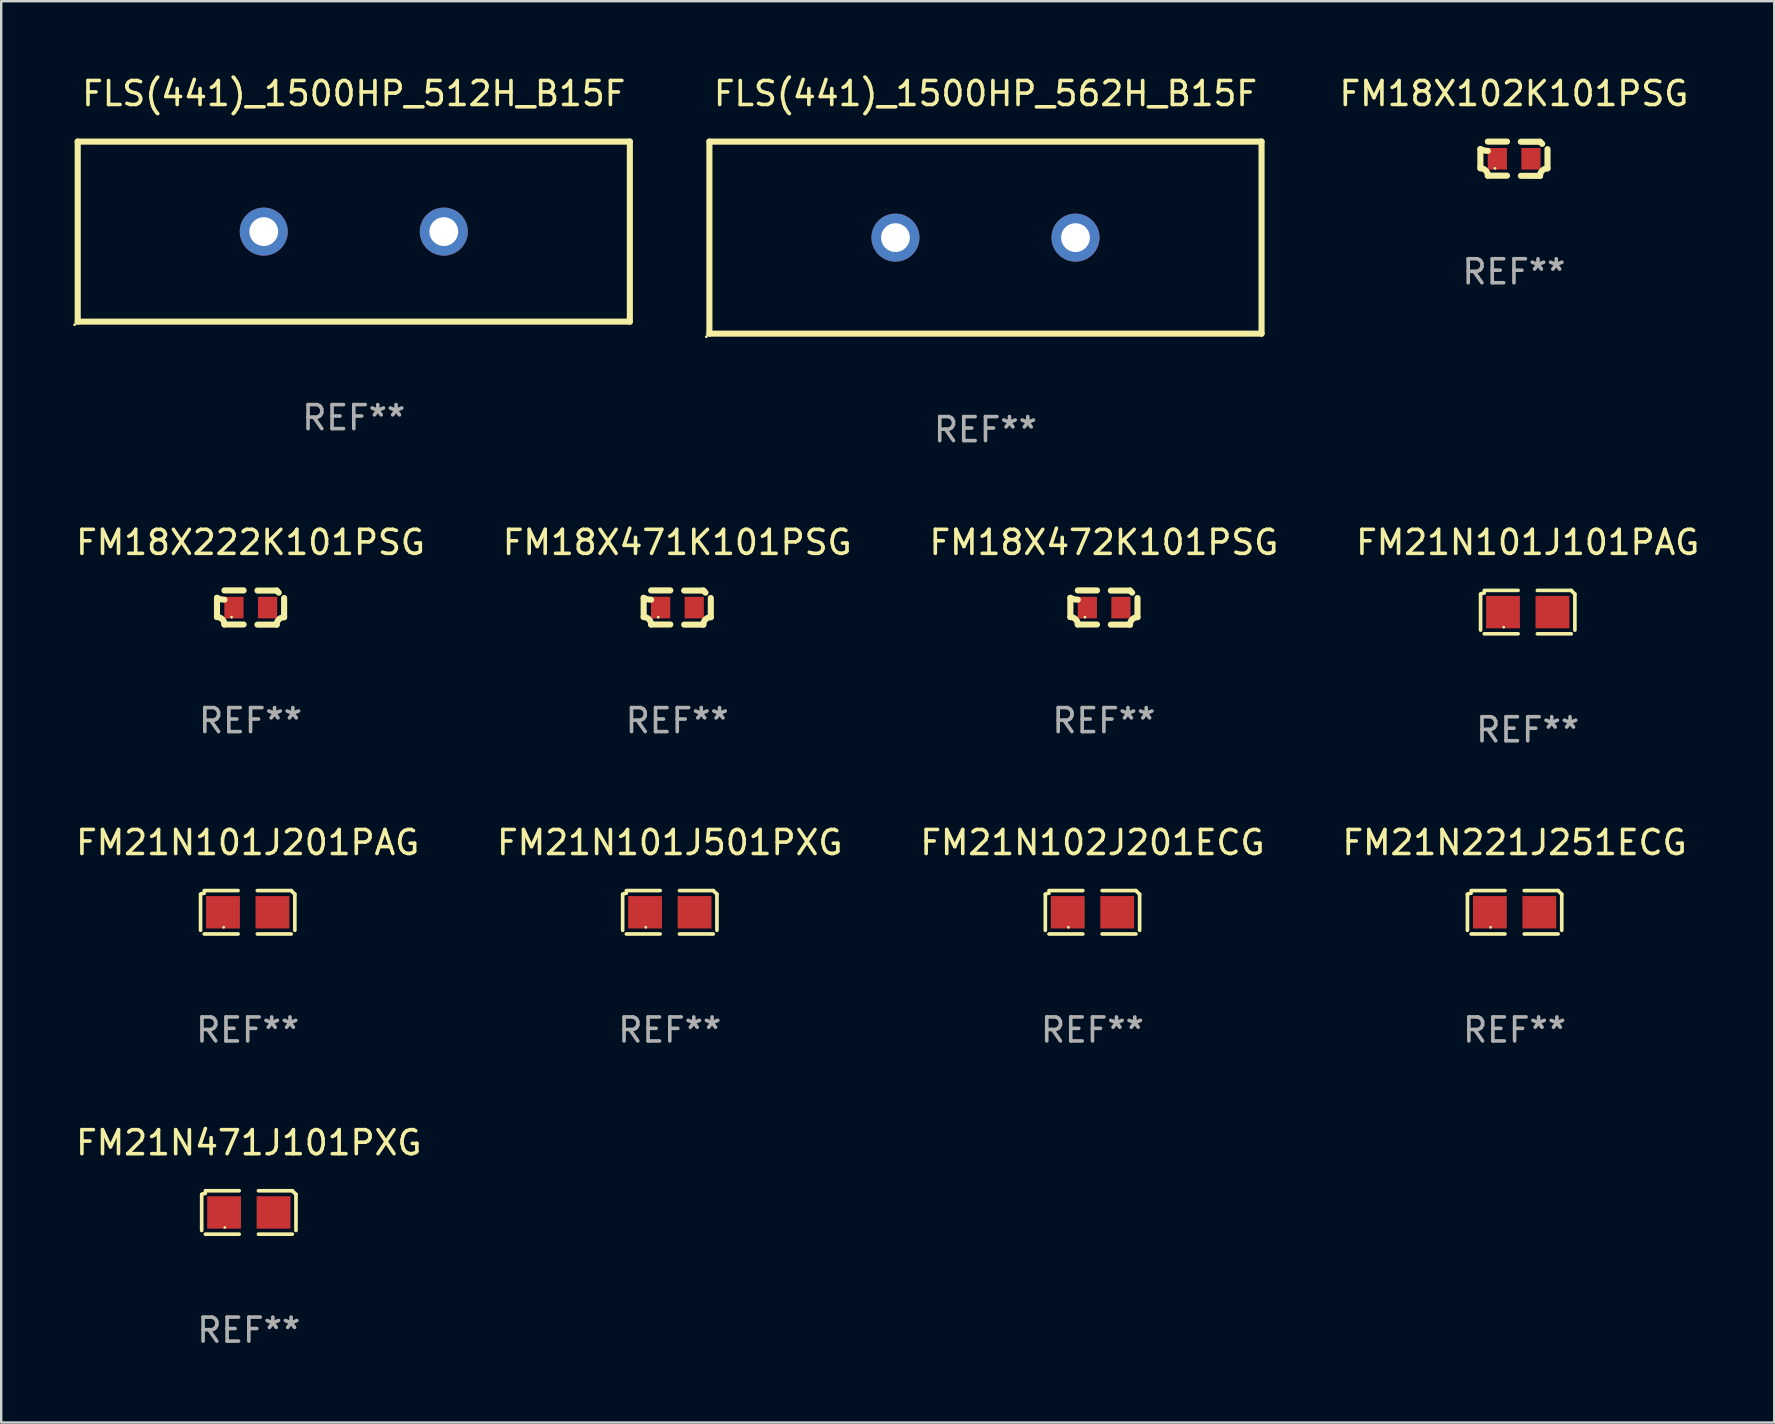
<source format=kicad_pcb>
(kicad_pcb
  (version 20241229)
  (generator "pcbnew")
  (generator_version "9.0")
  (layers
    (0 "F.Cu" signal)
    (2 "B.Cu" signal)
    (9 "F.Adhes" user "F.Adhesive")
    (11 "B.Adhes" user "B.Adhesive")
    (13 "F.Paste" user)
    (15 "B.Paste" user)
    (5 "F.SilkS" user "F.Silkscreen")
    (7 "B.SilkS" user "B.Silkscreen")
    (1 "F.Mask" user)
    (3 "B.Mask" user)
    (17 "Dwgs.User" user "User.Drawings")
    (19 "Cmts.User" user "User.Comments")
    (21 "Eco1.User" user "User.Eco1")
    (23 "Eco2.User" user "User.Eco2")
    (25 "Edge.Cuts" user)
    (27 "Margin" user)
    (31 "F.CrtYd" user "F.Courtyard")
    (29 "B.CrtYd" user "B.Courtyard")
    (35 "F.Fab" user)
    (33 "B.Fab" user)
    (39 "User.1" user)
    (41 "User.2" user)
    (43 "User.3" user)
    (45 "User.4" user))
  (footprint "FM21N101J201PAG"
    (layer "F.Cu")
    (at 7.268 34.952)
    (property "Reference" "FM21N101J201PAG" (at 0 -2.904 0) (layer "F.SilkS") (effects (font (size 1 1) (thickness 0.15))))
    (attr through_hole)
    (fp_line (start -1.964 0.751) (end -1.964 -0.751) (stroke (width 0.152) (type solid)) (layer "F.SilkS"))
    (fp_line (start -1.811 -0.904) (end -0.401 -0.904) (stroke (width 0.152) (type solid)) (layer "F.SilkS"))
    (fp_line (start -0.401 0.904) (end -1.811 0.904) (stroke (width 0.152) (type solid)) (layer "F.SilkS"))
    (fp_line (start 0.401 0.904) (end 1.811 0.904) (stroke (width 0.152) (type solid)) (layer "F.SilkS"))
    (fp_line (start 1.811 -0.904) (end 0.401 -0.904) (stroke (width 0.152) (type solid)) (layer "F.SilkS"))
    (fp_line (start 1.964 0.751) (end 1.964 -0.751) (stroke (width 0.152) (type solid)) (layer "F.SilkS"))
    (fp_arc (start -1.963602 -0.751207) (mid -1.890354 -0.783131) (end -1.811201 -0.794044) (stroke (width 0.1524) (type solid)) (layer "F.SilkS"))
    (fp_arc (start 1.811202 -0.903607) (mid 1.887413 -0.827418) (end 1.963602 -0.751207) (stroke (width 0.1524) (type solid)) (layer "F.SilkS"))
    (fp_circle (center -1 0.625) (end -0.97 0.625) (stroke (width 0.06) (type solid)) (fill no) (layer "F.SilkS"))
    (fp_text user "REF**" (at 0 4.904 0) (layer "F.Fab") (effects (font (size 1 1) (thickness 0.15))))
    (pad "1" smd rect (at -1.03 0) (size 1.41 1.35) (layers "F.Cu" "F.Mask" "F.Paste"))
    (pad "2" smd rect (at 1.03 0) (size 1.41 1.35) (layers "F.Cu" "F.Mask" "F.Paste")))
  (footprint "FM21N101J501PXG"
    (layer "F.Cu")
    (at 24.851 34.952)
    (property "Reference" "FM21N101J501PXG" (at 0 -2.904 0) (layer "F.SilkS") (effects (font (size 1 1) (thickness 0.15))))
    (attr through_hole)
    (fp_line (start -1.964 0.751) (end -1.964 -0.751) (stroke (width 0.152) (type solid)) (layer "F.SilkS"))
    (fp_line (start -1.811 -0.904) (end -0.401 -0.904) (stroke (width 0.152) (type solid)) (layer "F.SilkS"))
    (fp_line (start -0.401 0.904) (end -1.811 0.904) (stroke (width 0.152) (type solid)) (layer "F.SilkS"))
    (fp_line (start 0.401 0.904) (end 1.811 0.904) (stroke (width 0.152) (type solid)) (layer "F.SilkS"))
    (fp_line (start 1.811 -0.904) (end 0.401 -0.904) (stroke (width 0.152) (type solid)) (layer "F.SilkS"))
    (fp_line (start 1.964 0.751) (end 1.964 -0.751) (stroke (width 0.152) (type solid)) (layer "F.SilkS"))
    (fp_arc (start -1.963602 -0.751207) (mid -1.890354 -0.783131) (end -1.811201 -0.794044) (stroke (width 0.1524) (type solid)) (layer "F.SilkS"))
    (fp_arc (start 1.811202 -0.903607) (mid 1.887413 -0.827418) (end 1.963602 -0.751207) (stroke (width 0.1524) (type solid)) (layer "F.SilkS"))
    (fp_circle (center -1 0.625) (end -0.97 0.625) (stroke (width 0.06) (type solid)) (fill no) (layer "F.SilkS"))
    (fp_text user "REF**" (at 0 4.904 0) (layer "F.Fab") (effects (font (size 1 1) (thickness 0.15))))
    (pad "1" smd rect (at -1.03 0) (size 1.41 1.35) (layers "F.Cu" "F.Mask" "F.Paste"))
    (pad "2" smd rect (at 1.03 0) (size 1.41 1.35) (layers "F.Cu" "F.Mask" "F.Paste")))
  (footprint "FM21N101J101PAG"
    (layer "F.Cu")
    (at 60.589 22.448)
    (property "Reference" "FM21N101J101PAG" (at 0 -2.904 0) (layer "F.SilkS") (effects (font (size 1 1) (thickness 0.15))))
    (attr through_hole)
    (fp_line (start -1.964 0.751) (end -1.964 -0.751) (stroke (width 0.152) (type solid)) (layer "F.SilkS"))
    (fp_line (start -1.811 -0.904) (end -0.401 -0.904) (stroke (width 0.152) (type solid)) (layer "F.SilkS"))
    (fp_line (start -0.401 0.904) (end -1.811 0.904) (stroke (width 0.152) (type solid)) (layer "F.SilkS"))
    (fp_line (start 0.401 0.904) (end 1.811 0.904) (stroke (width 0.152) (type solid)) (layer "F.SilkS"))
    (fp_line (start 1.811 -0.904) (end 0.401 -0.904) (stroke (width 0.152) (type solid)) (layer "F.SilkS"))
    (fp_line (start 1.964 0.751) (end 1.964 -0.751) (stroke (width 0.152) (type solid)) (layer "F.SilkS"))
    (fp_arc (start -1.963602 -0.751207) (mid -1.890354 -0.783131) (end -1.811201 -0.794044) (stroke (width 0.1524) (type solid)) (layer "F.SilkS"))
    (fp_arc (start 1.811202 -0.903607) (mid 1.887413 -0.827418) (end 1.963602 -0.751207) (stroke (width 0.1524) (type solid)) (layer "F.SilkS"))
    (fp_circle (center -1 0.625) (end -0.97 0.625) (stroke (width 0.06) (type solid)) (fill no) (layer "F.SilkS"))
    (fp_text user "REF**" (at 0 4.904 0) (layer "F.Fab") (effects (font (size 1 1) (thickness 0.15))))
    (pad "1" smd rect (at -1.03 0) (size 1.41 1.35) (layers "F.Cu" "F.Mask" "F.Paste"))
    (pad "2" smd rect (at 1.03 0) (size 1.41 1.35) (layers "F.Cu" "F.Mask" "F.Paste")))
  (footprint "FM21N221J251ECG"
    (layer "F.Cu")
    (at 60.042 34.952)
    (property "Reference" "FM21N221J251ECG" (at 0 -2.904 0) (layer "F.SilkS") (effects (font (size 1 1) (thickness 0.15))))
    (attr through_hole)
    (fp_line (start -1.964 0.751) (end -1.964 -0.751) (stroke (width 0.152) (type solid)) (layer "F.SilkS"))
    (fp_line (start -1.811 -0.904) (end -0.401 -0.904) (stroke (width 0.152) (type solid)) (layer "F.SilkS"))
    (fp_line (start -0.401 0.904) (end -1.811 0.904) (stroke (width 0.152) (type solid)) (layer "F.SilkS"))
    (fp_line (start 0.401 0.904) (end 1.811 0.904) (stroke (width 0.152) (type solid)) (layer "F.SilkS"))
    (fp_line (start 1.811 -0.904) (end 0.401 -0.904) (stroke (width 0.152) (type solid)) (layer "F.SilkS"))
    (fp_line (start 1.964 0.751) (end 1.964 -0.751) (stroke (width 0.152) (type solid)) (layer "F.SilkS"))
    (fp_arc (start -1.963602 -0.751207) (mid -1.890354 -0.783131) (end -1.811201 -0.794044) (stroke (width 0.1524) (type solid)) (layer "F.SilkS"))
    (fp_arc (start 1.811202 -0.903607) (mid 1.887413 -0.827418) (end 1.963602 -0.751207) (stroke (width 0.1524) (type solid)) (layer "F.SilkS"))
    (fp_circle (center -1 0.625) (end -0.97 0.625) (stroke (width 0.06) (type solid)) (fill no) (layer "F.SilkS"))
    (fp_text user "REF**" (at 0 4.904 0) (layer "F.Fab") (effects (font (size 1 1) (thickness 0.15))))
    (pad "1" smd rect (at -1.03 0) (size 1.41 1.35) (layers "F.Cu" "F.Mask" "F.Paste"))
    (pad "2" smd rect (at 1.03 0) (size 1.41 1.35) (layers "F.Cu" "F.Mask" "F.Paste")))
  (footprint "FLS(441)_1500HP_562H_B15F"
    (layer "F.Cu")
    (at 38.001 6.848)
    (property "Reference" "FLS(441)_1500HP_562H_B15F" (at 0 -6 0) (layer "F.SilkS") (effects (font (size 1 1) (thickness 0.15))))
    (attr through_hole)
    (fp_line (start -11.5 -4) (end 11.5 -4) (stroke (width 0.254) (type solid)) (layer "F.SilkS"))
    (fp_line (start -11.5 4) (end -11.5 -4) (stroke (width 0.254) (type solid)) (layer "F.SilkS"))
    (fp_line (start 11.5 -4) (end 11.5 4) (stroke (width 0.254) (type solid)) (layer "F.SilkS"))
    (fp_line (start 11.5 4) (end -11.5 4) (stroke (width 0.254) (type solid)) (layer "F.SilkS"))
    (fp_circle (center -11.627 4.127) (end -11.597 4.127) (stroke (width 0.06) (type solid)) (fill no) (layer "F.SilkS"))
    (fp_text user "REF**" (at 0 8 0) (layer "F.Fab") (effects (font (size 1 1) (thickness 0.15))))
    (pad "1" thru_hole circle (at -3.75 0) (size 2 2) (drill 1.2) (layers "*.Cu" "*.Mask"))
    (pad "2" thru_hole circle (at 3.75 0) (size 2 2) (drill 1.2) (layers "*.Cu" "*.Mask")))
  (footprint "FM18X471K101PSG"
    (layer "F.Cu")
    (at 25.161 22.257)
    (property "Reference" "FM18X471K101PSG" (at 0 -2.713 0) (layer "F.SilkS") (effects (font (size 1 1) (thickness 0.15))))
    (attr through_hole)
    (fp_line (start -1.398 -0.403) (end -1.398 0.397) (stroke (width 0.254) (type solid)) (layer "F.SilkS"))
    (fp_line (start -0.288 -0.713) (end -1.088 -0.713) (stroke (width 0.254) (type solid)) (layer "F.SilkS"))
    (fp_line (start -0.288 0.707) (end -1.088 0.707) (stroke (width 0.254) (type solid)) (layer "F.SilkS"))
    (fp_line (start 0.288 -0.707) (end 1.088 -0.707) (stroke (width 0.254) (type solid)) (layer "F.SilkS"))
    (fp_line (start 0.288 0.713) (end 1.088 0.713) (stroke (width 0.254) (type solid)) (layer "F.SilkS"))
    (fp_line (start 1.398 -0.397) (end 1.398 0.403) (stroke (width 0.254) (type solid)) (layer "F.SilkS"))
    (fp_arc (start -1.397789 0.397066) (mid -1.178701 0.487826) (end -1.08796 0.706922) (stroke (width 0.254001) (type solid)) (layer "F.SilkS"))
    (fp_arc (start -1.08796 -0.327176) (mid -1.247436 -0.346384) (end -1.39779 -0.402908) (stroke (width 0.254001) (type solid)) (layer "F.SilkS"))
    (fp_arc (start 1.087909 0.712738) (mid 1.178656 0.493655) (end 1.397739 0.402908) (stroke (width 0.254001) (type solid)) (layer "F.SilkS"))
    (fp_arc (start 1.175925 -0.618926) (mid 1.131917 -0.662923) (end 1.08791 -0.706922) (stroke (width 0.254001) (type solid)) (layer "F.SilkS"))
    (fp_circle (center -0.792 0.403) (end -0.762 0.403) (stroke (width 0.06) (type solid)) (fill no) (layer "F.SilkS"))
    (fp_text user "REF**" (at 0 4.713 0) (layer "F.Fab") (effects (font (size 1 1) (thickness 0.15))))
    (pad "1" smd rect (at -0.692 0.003) (size 0.8 0.9) (layers "F.Cu" "F.Mask" "F.Paste"))
    (pad "2" smd rect (at 0.708 0.003) (size 0.8 0.9) (layers "F.Cu" "F.Mask" "F.Paste")))
  (footprint "FM18X472K101PSG"
    (layer "F.Cu")
    (at 42.935 22.257)
    (property "Reference" "FM18X472K101PSG" (at 0 -2.713 0) (layer "F.SilkS") (effects (font (size 1 1) (thickness 0.15))))
    (attr through_hole)
    (fp_line (start -1.398 -0.403) (end -1.398 0.397) (stroke (width 0.254) (type solid)) (layer "F.SilkS"))
    (fp_line (start -0.288 -0.713) (end -1.088 -0.713) (stroke (width 0.254) (type solid)) (layer "F.SilkS"))
    (fp_line (start -0.288 0.707) (end -1.088 0.707) (stroke (width 0.254) (type solid)) (layer "F.SilkS"))
    (fp_line (start 0.288 -0.707) (end 1.088 -0.707) (stroke (width 0.254) (type solid)) (layer "F.SilkS"))
    (fp_line (start 0.288 0.713) (end 1.088 0.713) (stroke (width 0.254) (type solid)) (layer "F.SilkS"))
    (fp_line (start 1.398 -0.397) (end 1.398 0.403) (stroke (width 0.254) (type solid)) (layer "F.SilkS"))
    (fp_arc (start -1.397789 0.397066) (mid -1.178701 0.487826) (end -1.08796 0.706922) (stroke (width 0.254001) (type solid)) (layer "F.SilkS"))
    (fp_arc (start -1.08796 -0.327176) (mid -1.247436 -0.346384) (end -1.39779 -0.402908) (stroke (width 0.254001) (type solid)) (layer "F.SilkS"))
    (fp_arc (start 1.087909 0.712738) (mid 1.178656 0.493655) (end 1.397739 0.402908) (stroke (width 0.254001) (type solid)) (layer "F.SilkS"))
    (fp_arc (start 1.175925 -0.618926) (mid 1.131917 -0.662923) (end 1.08791 -0.706922) (stroke (width 0.254001) (type solid)) (layer "F.SilkS"))
    (fp_circle (center -0.792 0.403) (end -0.762 0.403) (stroke (width 0.06) (type solid)) (fill no) (layer "F.SilkS"))
    (fp_text user "REF**" (at 0 4.713 0) (layer "F.Fab") (effects (font (size 1 1) (thickness 0.15))))
    (pad "1" smd rect (at -0.692 0.003) (size 0.8 0.9) (layers "F.Cu" "F.Mask" "F.Paste"))
    (pad "2" smd rect (at 0.708 0.003) (size 0.8 0.9) (layers "F.Cu" "F.Mask" "F.Paste")))
  (footprint "FM21N471J101PXG"
    (layer "F.Cu")
    (at 7.315 47.456)
    (property "Reference" "FM21N471J101PXG" (at 0 -2.904 0) (layer "F.SilkS") (effects (font (size 1 1) (thickness 0.15))))
    (attr through_hole)
    (fp_line (start -1.964 0.751) (end -1.964 -0.751) (stroke (width 0.152) (type solid)) (layer "F.SilkS"))
    (fp_line (start -1.811 -0.904) (end -0.401 -0.904) (stroke (width 0.152) (type solid)) (layer "F.SilkS"))
    (fp_line (start -0.401 0.904) (end -1.811 0.904) (stroke (width 0.152) (type solid)) (layer "F.SilkS"))
    (fp_line (start 0.401 0.904) (end 1.811 0.904) (stroke (width 0.152) (type solid)) (layer "F.SilkS"))
    (fp_line (start 1.811 -0.904) (end 0.401 -0.904) (stroke (width 0.152) (type solid)) (layer "F.SilkS"))
    (fp_line (start 1.964 0.751) (end 1.964 -0.751) (stroke (width 0.152) (type solid)) (layer "F.SilkS"))
    (fp_arc (start -1.963602 -0.751207) (mid -1.890354 -0.783131) (end -1.811201 -0.794044) (stroke (width 0.1524) (type solid)) (layer "F.SilkS"))
    (fp_arc (start 1.811202 -0.903607) (mid 1.887413 -0.827418) (end 1.963602 -0.751207) (stroke (width 0.1524) (type solid)) (layer "F.SilkS"))
    (fp_circle (center -1 0.625) (end -0.97 0.625) (stroke (width 0.06) (type solid)) (fill no) (layer "F.SilkS"))
    (fp_text user "REF**" (at 0 4.904 0) (layer "F.Fab") (effects (font (size 1 1) (thickness 0.15))))
    (pad "1" smd rect (at -1.03 0) (size 1.41 1.35) (layers "F.Cu" "F.Mask" "F.Paste"))
    (pad "2" smd rect (at 1.03 0) (size 1.41 1.35) (layers "F.Cu" "F.Mask" "F.Paste")))
  (footprint "FLS(441)_1500HP_512H_B15F"
    (layer "F.Cu")
    (at 11.687 6.598)
    (property "Reference" "FLS(441)_1500HP_512H_B15F" (at 0 -5.75 0) (layer "F.SilkS") (effects (font (size 1 1) (thickness 0.15))))
    (attr through_hole)
    (fp_line (start -11.5 -3.75) (end 11.5 -3.75) (stroke (width 0.254) (type solid)) (layer "F.SilkS"))
    (fp_line (start -11.5 3.75) (end -11.5 -3.75) (stroke (width 0.254) (type solid)) (layer "F.SilkS"))
    (fp_line (start 11.5 -3.75) (end 11.5 3.75) (stroke (width 0.254) (type solid)) (layer "F.SilkS"))
    (fp_line (start 11.5 3.75) (end -11.5 3.75) (stroke (width 0.254) (type solid)) (layer "F.SilkS"))
    (fp_circle (center -11.627 3.877) (end -11.597 3.877) (stroke (width 0.06) (type solid)) (fill no) (layer "F.SilkS"))
    (fp_text user "REF**" (at 0 7.75 0) (layer "F.Fab") (effects (font (size 1 1) (thickness 0.15))))
    (pad "1" thru_hole circle (at -3.75 0) (size 2 2) (drill 1.2) (layers "*.Cu" "*.Mask"))
    (pad "2" thru_hole circle (at 3.75 0) (size 2 2) (drill 1.2) (layers "*.Cu" "*.Mask")))
  (footprint "FM18X222K101PSG"
    (layer "F.Cu")
    (at 7.387 22.257)
    (property "Reference" "FM18X222K101PSG" (at 0 -2.713 0) (layer "F.SilkS") (effects (font (size 1 1) (thickness 0.15))))
    (attr through_hole)
    (fp_line (start -1.398 -0.403) (end -1.398 0.397) (stroke (width 0.254) (type solid)) (layer "F.SilkS"))
    (fp_line (start -0.288 -0.713) (end -1.088 -0.713) (stroke (width 0.254) (type solid)) (layer "F.SilkS"))
    (fp_line (start -0.288 0.707) (end -1.088 0.707) (stroke (width 0.254) (type solid)) (layer "F.SilkS"))
    (fp_line (start 0.288 -0.707) (end 1.088 -0.707) (stroke (width 0.254) (type solid)) (layer "F.SilkS"))
    (fp_line (start 0.288 0.713) (end 1.088 0.713) (stroke (width 0.254) (type solid)) (layer "F.SilkS"))
    (fp_line (start 1.398 -0.397) (end 1.398 0.403) (stroke (width 0.254) (type solid)) (layer "F.SilkS"))
    (fp_arc (start -1.397789 0.397066) (mid -1.178701 0.487826) (end -1.08796 0.706922) (stroke (width 0.254001) (type solid)) (layer "F.SilkS"))
    (fp_arc (start -1.08796 -0.327176) (mid -1.247436 -0.346384) (end -1.39779 -0.402908) (stroke (width 0.254001) (type solid)) (layer "F.SilkS"))
    (fp_arc (start 1.087909 0.712738) (mid 1.178656 0.493655) (end 1.397739 0.402908) (stroke (width 0.254001) (type solid)) (layer "F.SilkS"))
    (fp_arc (start 1.175925 -0.618926) (mid 1.131917 -0.662923) (end 1.08791 -0.706922) (stroke (width 0.254001) (type solid)) (layer "F.SilkS"))
    (fp_circle (center -0.792 0.403) (end -0.762 0.403) (stroke (width 0.06) (type solid)) (fill no) (layer "F.SilkS"))
    (fp_text user "REF**" (at 0 4.713 0) (layer "F.Fab") (effects (font (size 1 1) (thickness 0.15))))
    (pad "1" smd rect (at -0.692 0.003) (size 0.8 0.9) (layers "F.Cu" "F.Mask" "F.Paste"))
    (pad "2" smd rect (at 0.708 0.003) (size 0.8 0.9) (layers "F.Cu" "F.Mask" "F.Paste")))
  (footprint "FM18X102K101PSG"
    (layer "F.Cu")
    (at 60.015 3.561)
    (property "Reference" "FM18X102K101PSG" (at 0 -2.713 0) (layer "F.SilkS") (effects (font (size 1 1) (thickness 0.15))))
    (attr through_hole)
    (fp_line (start -1.398 -0.403) (end -1.398 0.397) (stroke (width 0.254) (type solid)) (layer "F.SilkS"))
    (fp_line (start -0.288 -0.713) (end -1.088 -0.713) (stroke (width 0.254) (type solid)) (layer "F.SilkS"))
    (fp_line (start -0.288 0.707) (end -1.088 0.707) (stroke (width 0.254) (type solid)) (layer "F.SilkS"))
    (fp_line (start 0.288 -0.707) (end 1.088 -0.707) (stroke (width 0.254) (type solid)) (layer "F.SilkS"))
    (fp_line (start 0.288 0.713) (end 1.088 0.713) (stroke (width 0.254) (type solid)) (layer "F.SilkS"))
    (fp_line (start 1.398 -0.397) (end 1.398 0.403) (stroke (width 0.254) (type solid)) (layer "F.SilkS"))
    (fp_arc (start -1.397789 0.397066) (mid -1.178701 0.487826) (end -1.08796 0.706922) (stroke (width 0.254001) (type solid)) (layer "F.SilkS"))
    (fp_arc (start -1.08796 -0.327176) (mid -1.247436 -0.346384) (end -1.39779 -0.402908) (stroke (width 0.254001) (type solid)) (layer "F.SilkS"))
    (fp_arc (start 1.087909 0.712738) (mid 1.178656 0.493655) (end 1.397739 0.402908) (stroke (width 0.254001) (type solid)) (layer "F.SilkS"))
    (fp_arc (start 1.175925 -0.618926) (mid 1.131917 -0.662923) (end 1.08791 -0.706922) (stroke (width 0.254001) (type solid)) (layer "F.SilkS"))
    (fp_circle (center -0.792 0.403) (end -0.762 0.403) (stroke (width 0.06) (type solid)) (fill no) (layer "F.SilkS"))
    (fp_text user "REF**" (at 0 4.713 0) (layer "F.Fab") (effects (font (size 1 1) (thickness 0.15))))
    (pad "1" smd rect (at -0.692 0.003) (size 0.8 0.9) (layers "F.Cu" "F.Mask" "F.Paste"))
    (pad "2" smd rect (at 0.708 0.003) (size 0.8 0.9) (layers "F.Cu" "F.Mask" "F.Paste")))
  (footprint "FM21N102J201ECG"
    (layer "F.Cu")
    (at 42.458 34.952)
    (property "Reference" "FM21N102J201ECG" (at 0 -2.904 0) (layer "F.SilkS") (effects (font (size 1 1) (thickness 0.15))))
    (attr through_hole)
    (fp_line (start -1.964 0.751) (end -1.964 -0.751) (stroke (width 0.152) (type solid)) (layer "F.SilkS"))
    (fp_line (start -1.811 -0.904) (end -0.401 -0.904) (stroke (width 0.152) (type solid)) (layer "F.SilkS"))
    (fp_line (start -0.401 0.904) (end -1.811 0.904) (stroke (width 0.152) (type solid)) (layer "F.SilkS"))
    (fp_line (start 0.401 0.904) (end 1.811 0.904) (stroke (width 0.152) (type solid)) (layer "F.SilkS"))
    (fp_line (start 1.811 -0.904) (end 0.401 -0.904) (stroke (width 0.152) (type solid)) (layer "F.SilkS"))
    (fp_line (start 1.964 0.751) (end 1.964 -0.751) (stroke (width 0.152) (type solid)) (layer "F.SilkS"))
    (fp_arc (start -1.963602 -0.751207) (mid -1.890354 -0.783131) (end -1.811201 -0.794044) (stroke (width 0.1524) (type solid)) (layer "F.SilkS"))
    (fp_arc (start 1.811202 -0.903607) (mid 1.887413 -0.827418) (end 1.963602 -0.751207) (stroke (width 0.1524) (type solid)) (layer "F.SilkS"))
    (fp_circle (center -1 0.625) (end -0.97 0.625) (stroke (width 0.06) (type solid)) (fill no) (layer "F.SilkS"))
    (fp_text user "REF**" (at 0 4.904 0) (layer "F.Fab") (effects (font (size 1 1) (thickness 0.15))))
    (pad "1" smd rect (at -1.03 0) (size 1.41 1.35) (layers "F.Cu" "F.Mask" "F.Paste"))
    (pad "2" smd rect (at 1.03 0) (size 1.41 1.35) (layers "F.Cu" "F.Mask" "F.Paste")))
  (gr_rect
    (start -3 -3)
    (end 70.857 56.208)
    (stroke (width 0.1) (type default))
    (fill no)
    (layer "Edge.Cuts")))
</source>
